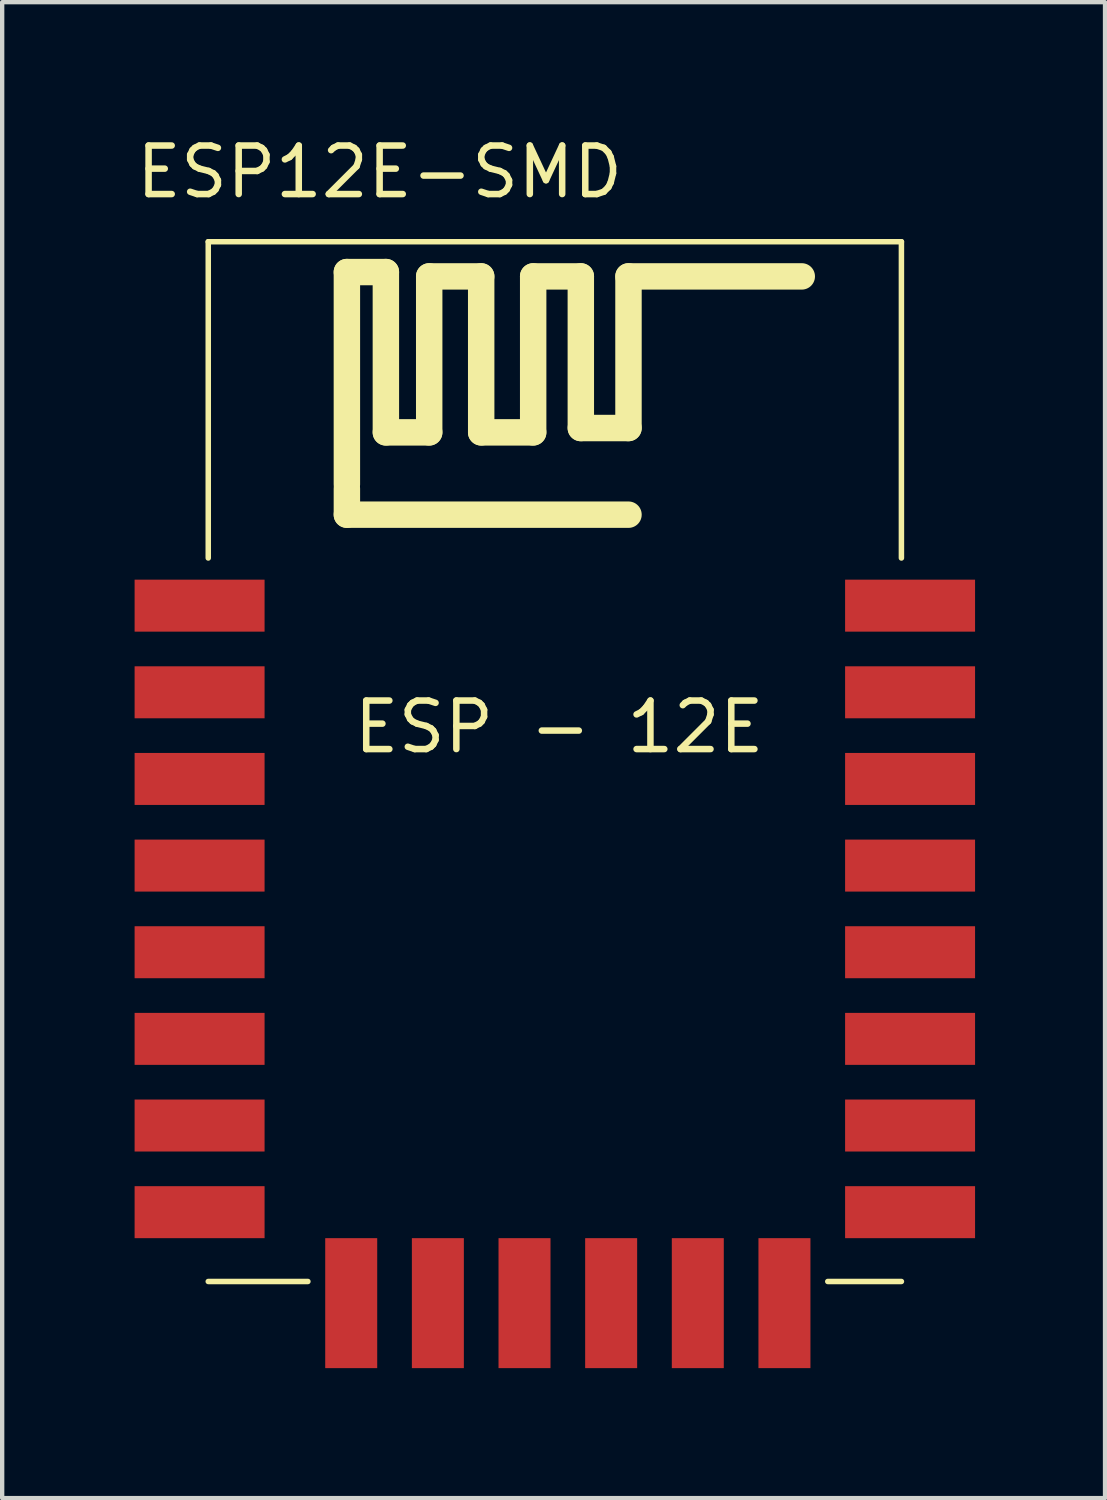
<source format=kicad_pcb>
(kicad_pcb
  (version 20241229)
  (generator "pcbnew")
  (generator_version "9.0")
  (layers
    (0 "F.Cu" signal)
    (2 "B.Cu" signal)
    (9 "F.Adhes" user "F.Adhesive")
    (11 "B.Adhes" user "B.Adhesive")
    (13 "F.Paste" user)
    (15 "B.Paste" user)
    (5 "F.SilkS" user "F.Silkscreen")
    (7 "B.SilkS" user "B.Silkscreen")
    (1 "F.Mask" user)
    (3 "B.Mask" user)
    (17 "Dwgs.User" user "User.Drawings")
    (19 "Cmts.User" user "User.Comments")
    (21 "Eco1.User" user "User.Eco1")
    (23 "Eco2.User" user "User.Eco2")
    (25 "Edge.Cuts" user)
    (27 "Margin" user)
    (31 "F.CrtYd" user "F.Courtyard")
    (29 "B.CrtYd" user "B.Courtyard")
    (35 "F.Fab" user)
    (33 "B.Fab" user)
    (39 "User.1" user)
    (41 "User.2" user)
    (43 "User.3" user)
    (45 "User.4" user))
  (footprint "ESP12E-SMD"
    (layer "F.Cu")
    (at 9.857 16.73)
    (property "Reference" "ESP12E-SMD" (at -4.144 -15.811 0) (layer "F.SilkS") (effects (font (size 1.12 1.12) (thickness 0.15))))
    (attr smd)
    (fp_line (start -8.1 -14.2) (end 7.9 -14.2) (stroke (width 0.127) (type solid)) (layer "F.SilkS"))
    (fp_line (start -8.1 -6.9) (end -8.1 -14.2) (stroke (width 0.127) (type solid)) (layer "F.SilkS"))
    (fp_line (start -5.8 9.8) (end -8.1 9.8) (stroke (width 0.127) (type solid)) (layer "F.SilkS"))
    (fp_line (start -4.9 -13.5) (end -4 -13.5) (stroke (width 0.61) (type solid)) (layer "F.SilkS"))
    (fp_line (start -4.9 -8.6) (end -4.9 -13.5) (stroke (width 0.61) (type solid)) (layer "F.SilkS"))
    (fp_line (start -4.9 -8.5) (end -4.9 -7.9) (stroke (width 0.61) (type solid)) (layer "F.SilkS"))
    (fp_line (start -4.9 -7.9) (end 1.6 -7.9) (stroke (width 0.61) (type solid)) (layer "F.SilkS"))
    (fp_line (start -4 -13.5) (end -4 -9.8) (stroke (width 0.61) (type solid)) (layer "F.SilkS"))
    (fp_line (start -4 -9.8) (end -3 -9.8) (stroke (width 0.61) (type solid)) (layer "F.SilkS"))
    (fp_line (start -3 -13.4) (end -1.8 -13.4) (stroke (width 0.61) (type solid)) (layer "F.SilkS"))
    (fp_line (start -3 -9.8) (end -3 -13.4) (stroke (width 0.61) (type solid)) (layer "F.SilkS"))
    (fp_line (start -1.8 -13.4) (end -1.8 -9.8) (stroke (width 0.61) (type solid)) (layer "F.SilkS"))
    (fp_line (start -1.8 -9.8) (end -0.6 -9.8) (stroke (width 0.61) (type solid)) (layer "F.SilkS"))
    (fp_line (start -0.6 -13.4) (end 0.5 -13.4) (stroke (width 0.61) (type solid)) (layer "F.SilkS"))
    (fp_line (start -0.6 -9.8) (end -0.6 -13.4) (stroke (width 0.61) (type solid)) (layer "F.SilkS"))
    (fp_line (start 0.5 -13.4) (end 0.5 -9.9) (stroke (width 0.61) (type solid)) (layer "F.SilkS"))
    (fp_line (start 0.5 -9.9) (end 1.6 -9.9) (stroke (width 0.61) (type solid)) (layer "F.SilkS"))
    (fp_line (start 1.6 -13.4) (end 5.6 -13.4) (stroke (width 0.61) (type solid)) (layer "F.SilkS"))
    (fp_line (start 1.6 -9.9) (end 1.6 -13.4) (stroke (width 0.61) (type solid)) (layer "F.SilkS"))
    (fp_line (start 7.9 -14.2) (end 7.9 -6.9) (stroke (width 0.127) (type solid)) (layer "F.SilkS"))
    (fp_line (start 7.9 9.8) (end 6.2 9.8) (stroke (width 0.127) (type solid)) (layer "F.SilkS"))
    (fp_text user "ESP - 12E" (at 0 -3 0) (layer "F.SilkS") (effects (font (size 1.12 1.12) (thickness 0.15))))
    (pad "ADC" smd rect (at -8.3 -3.8) (size 3 1.2) (layers "F.Cu" "F.Mask" "F.Paste"))
    (pad "CH_PD" smd rect (at -8.3 -1.8) (size 3 1.2) (layers "F.Cu" "F.Mask" "F.Paste"))
    (pad "CS0" smd rect (at -4.8 10.3 90) (size 3 1.2) (layers "F.Cu" "F.Mask" "F.Paste"))
    (pad "GND" smd rect (at 8.1 8.2) (size 3 1.2) (layers "F.Cu" "F.Mask" "F.Paste"))
    (pad "GPIO0" smd rect (at 8.1 2.2) (size 3 1.2) (layers "F.Cu" "F.Mask" "F.Paste"))
    (pad "GPIO2" smd rect (at 8.1 4.2) (size 3 1.2) (layers "F.Cu" "F.Mask" "F.Paste"))
    (pad "GPIO4" smd rect (at 8.1 0.2) (size 3 1.2) (layers "F.Cu" "F.Mask" "F.Paste"))
    (pad "GPIO5" smd rect (at 8.1 -1.8) (size 3 1.2) (layers "F.Cu" "F.Mask" "F.Paste"))
    (pad "GPIO9" smd rect (at -0.8 10.3 90) (size 3 1.2) (layers "F.Cu" "F.Mask" "F.Paste"))
    (pad "GPIO10" smd rect (at 1.2 10.3 90) (size 3 1.2) (layers "F.Cu" "F.Mask" "F.Paste"))
    (pad "GPIO12" smd rect (at -8.3 4.2) (size 3 1.2) (layers "F.Cu" "F.Mask" "F.Paste"))
    (pad "GPIO13" smd rect (at -8.3 6.2) (size 3 1.2) (layers "F.Cu" "F.Mask" "F.Paste"))
    (pad "GPIO14" smd rect (at -8.3 2.2) (size 3 1.2) (layers "F.Cu" "F.Mask" "F.Paste"))
    (pad "GPIO15" smd rect (at 8.1 6.2) (size 3 1.2) (layers "F.Cu" "F.Mask" "F.Paste"))
    (pad "GPIO16" smd rect (at -8.3 0.2) (size 3 1.2) (layers "F.Cu" "F.Mask" "F.Paste"))
    (pad "MISO" smd rect (at -2.8 10.3 90) (size 3 1.2) (layers "F.Cu" "F.Mask" "F.Paste"))
    (pad "MOSI" smd rect (at 3.2 10.3 90) (size 3 1.2) (layers "F.Cu" "F.Mask" "F.Paste"))
    (pad "RESET" smd rect (at -8.3 -5.8) (size 3 1.2) (layers "F.Cu" "F.Mask" "F.Paste"))
    (pad "RXD0" smd rect (at 8.1 -3.8) (size 3 1.2) (layers "F.Cu" "F.Mask" "F.Paste"))
    (pad "SCLK" smd rect (at 5.2 10.3 90) (size 3 1.2) (layers "F.Cu" "F.Mask" "F.Paste"))
    (pad "TXD0" smd rect (at 8.1 -5.8) (size 3 1.2) (layers "F.Cu" "F.Mask" "F.Paste"))
    (pad "VCC" smd rect (at -8.3 8.2) (size 3 1.2) (layers "F.Cu" "F.Mask" "F.Paste")))
  (gr_rect
    (start -3 -3)
    (end 22.457 31.53)
    (stroke (width 0.1) (type default))
    (fill no)
    (layer "Edge.Cuts")))
</source>
